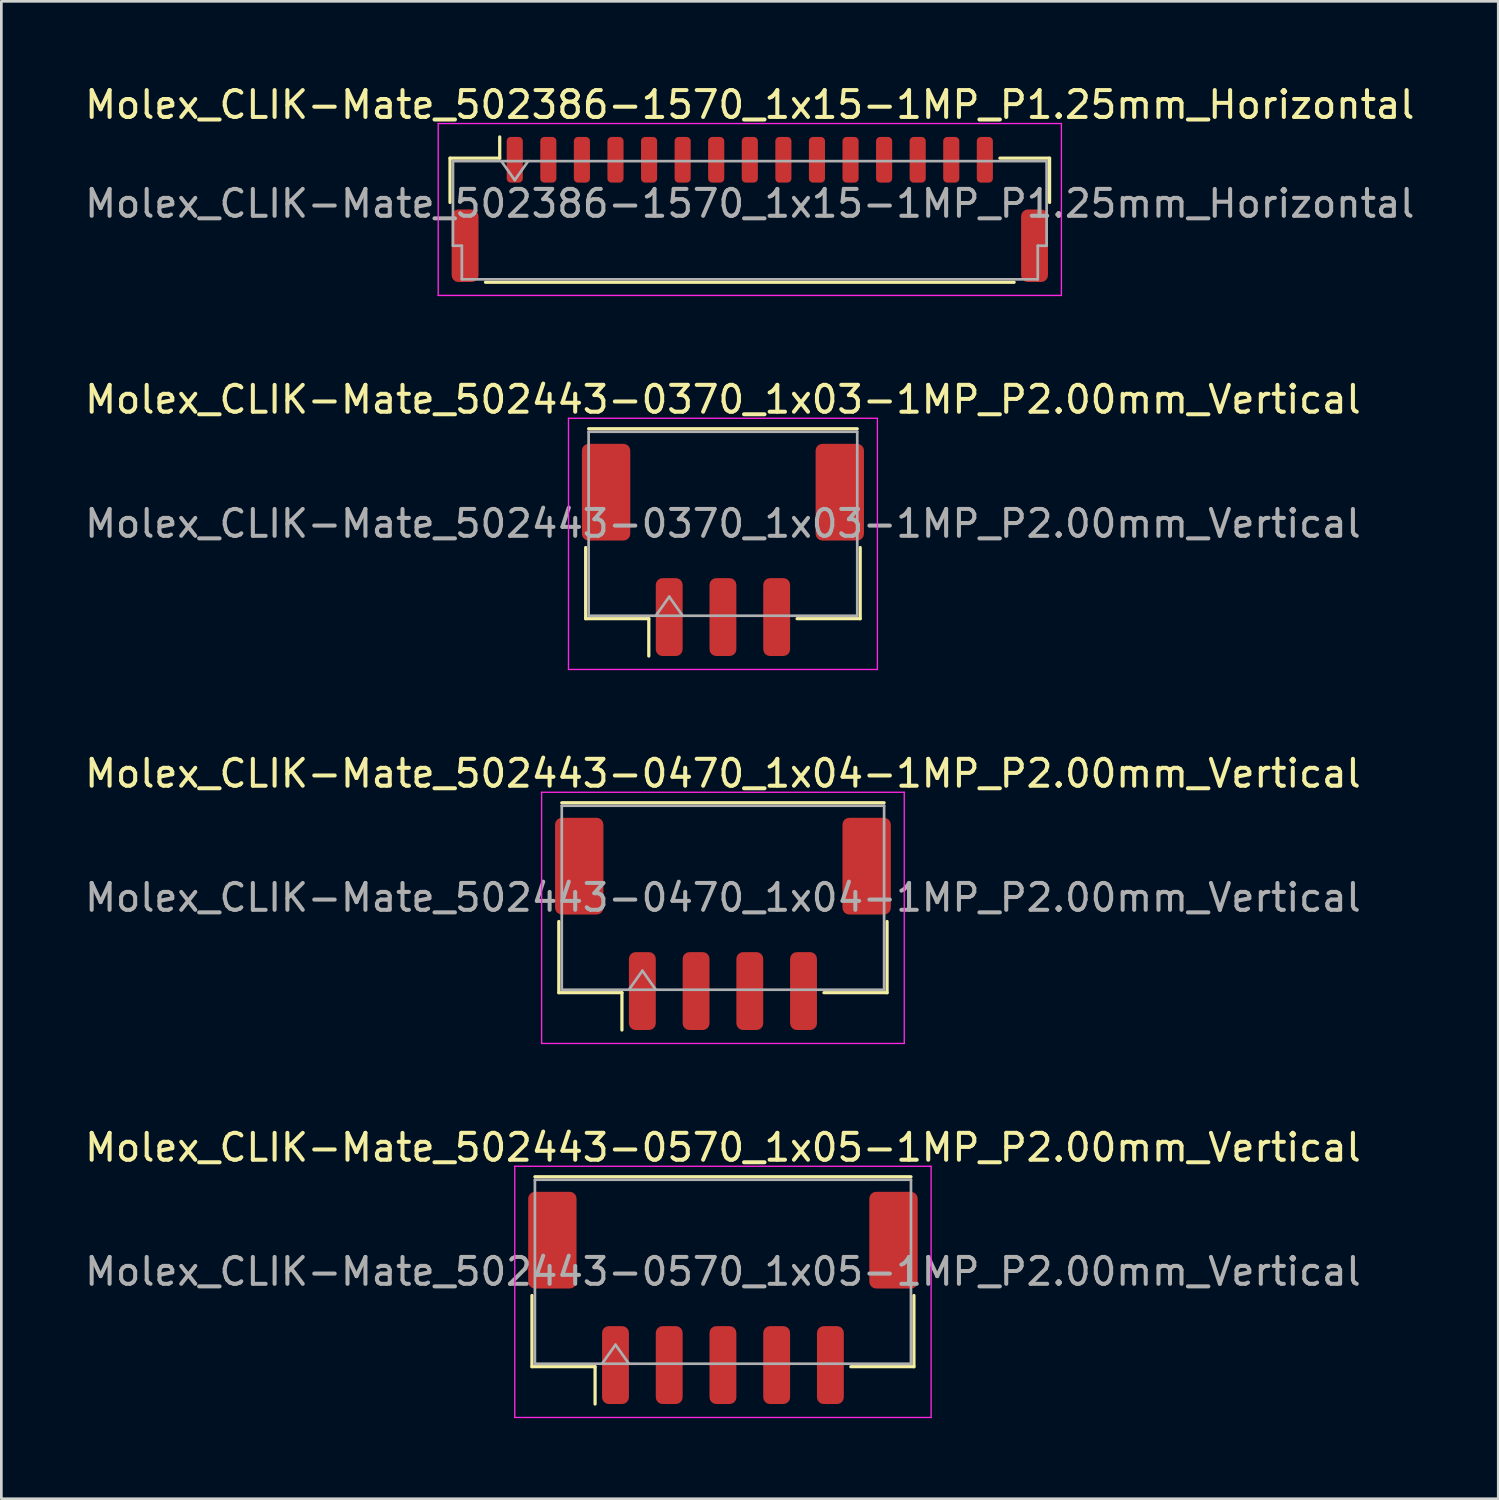
<source format=kicad_pcb>
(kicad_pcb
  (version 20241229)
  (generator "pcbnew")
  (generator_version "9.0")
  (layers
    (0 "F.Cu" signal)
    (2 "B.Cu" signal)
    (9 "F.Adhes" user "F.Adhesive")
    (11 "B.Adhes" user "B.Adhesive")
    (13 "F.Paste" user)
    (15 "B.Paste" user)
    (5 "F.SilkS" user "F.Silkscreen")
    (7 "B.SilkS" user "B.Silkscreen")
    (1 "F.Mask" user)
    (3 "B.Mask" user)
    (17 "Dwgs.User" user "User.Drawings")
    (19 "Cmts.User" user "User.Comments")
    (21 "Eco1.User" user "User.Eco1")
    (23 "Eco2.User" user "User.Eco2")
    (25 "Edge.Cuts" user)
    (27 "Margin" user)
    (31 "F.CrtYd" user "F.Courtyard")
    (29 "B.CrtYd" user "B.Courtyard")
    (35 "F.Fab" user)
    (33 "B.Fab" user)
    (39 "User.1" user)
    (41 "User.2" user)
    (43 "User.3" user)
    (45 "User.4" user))
  (footprint "Molex_CLIK-Mate_502386-1570_1x15-1MP_P1.25mm_Horizontal"
    (layer "F.Cu")
    (at 24.863 4.748)
    (property "Reference" "Molex_CLIK-Mate_502386-1570_1x15-1MP_P1.25mm_Horizontal" (at 0 -3.9 0) (layer "F.SilkS") (effects (font (size 1 1) (thickness 0.15))))
    (attr smd)
    (fp_line (start -11.16 -1.91) (end -9.31 -1.91) (stroke (width 0.12) (type solid)) (layer "F.SilkS"))
    (fp_line (start -11.16 -0.26) (end -11.16 -1.91) (stroke (width 0.12) (type solid)) (layer "F.SilkS"))
    (fp_line (start -9.84 2.71) (end 9.84 2.71) (stroke (width 0.12) (type solid)) (layer "F.SilkS"))
    (fp_line (start -9.31 -1.91) (end -9.31 -2.7) (stroke (width 0.12) (type solid)) (layer "F.SilkS"))
    (fp_line (start 11.16 -1.91) (end 9.31 -1.91) (stroke (width 0.12) (type solid)) (layer "F.SilkS"))
    (fp_line (start 11.16 -0.26) (end 11.16 -1.91) (stroke (width 0.12) (type solid)) (layer "F.SilkS"))
    (fp_line (start -11.6 -3.2) (end -11.6 3.2) (stroke (width 0.05) (type solid)) (layer "F.CrtYd"))
    (fp_line (start -11.6 3.2) (end 11.6 3.2) (stroke (width 0.05) (type solid)) (layer "F.CrtYd"))
    (fp_line (start 11.6 -3.2) (end -11.6 -3.2) (stroke (width 0.05) (type solid)) (layer "F.CrtYd"))
    (fp_line (start 11.6 3.2) (end 11.6 -3.2) (stroke (width 0.05) (type solid)) (layer "F.CrtYd"))
    (fp_line (start -11.05 -1.8) (end -11.05 1.35) (stroke (width 0.1) (type solid)) (layer "F.Fab"))
    (fp_line (start -11.05 -1.8) (end 11.05 -1.8) (stroke (width 0.1) (type solid)) (layer "F.Fab"))
    (fp_line (start -11.05 1.35) (end -10.72 1.35) (stroke (width 0.1) (type solid)) (layer "F.Fab"))
    (fp_line (start -10.72 1.35) (end -10.72 2.6) (stroke (width 0.1) (type solid)) (layer "F.Fab"))
    (fp_line (start -10.72 2.6) (end 10.72 2.6) (stroke (width 0.1) (type solid)) (layer "F.Fab"))
    (fp_line (start -9.25 -1.8) (end -8.75 -1.093) (stroke (width 0.1) (type solid)) (layer "F.Fab"))
    (fp_line (start -8.75 -1.093) (end -8.25 -1.8) (stroke (width 0.1) (type solid)) (layer "F.Fab"))
    (fp_line (start 10.72 1.35) (end 11.05 1.35) (stroke (width 0.1) (type solid)) (layer "F.Fab"))
    (fp_line (start 10.72 2.6) (end 10.72 1.35) (stroke (width 0.1) (type solid)) (layer "F.Fab"))
    (fp_line (start 11.05 -1.8) (end 11.05 1.35) (stroke (width 0.1) (type solid)) (layer "F.Fab"))
    (fp_text user "${REFERENCE}" (at 0 -0.22 0) (layer "F.Fab") (effects (font (size 1 1) (thickness 0.15))))
    (pad "1" smd roundrect (at -8.75 -1.85) (size 0.6 1.7) (layers "F.Cu" "F.Mask" "F.Paste") (roundrect_rratio 0.25))
    (pad "2" smd roundrect (at -7.5 -1.85) (size 0.6 1.7) (layers "F.Cu" "F.Mask" "F.Paste") (roundrect_rratio 0.25))
    (pad "3" smd roundrect (at -6.25 -1.85) (size 0.6 1.7) (layers "F.Cu" "F.Mask" "F.Paste") (roundrect_rratio 0.25))
    (pad "4" smd roundrect (at -5 -1.85) (size 0.6 1.7) (layers "F.Cu" "F.Mask" "F.Paste") (roundrect_rratio 0.25))
    (pad "5" smd roundrect (at -3.75 -1.85) (size 0.6 1.7) (layers "F.Cu" "F.Mask" "F.Paste") (roundrect_rratio 0.25))
    (pad "6" smd roundrect (at -2.5 -1.85) (size 0.6 1.7) (layers "F.Cu" "F.Mask" "F.Paste") (roundrect_rratio 0.25))
    (pad "7" smd roundrect (at -1.25 -1.85) (size 0.6 1.7) (layers "F.Cu" "F.Mask" "F.Paste") (roundrect_rratio 0.25))
    (pad "8" smd roundrect (at 0 -1.85) (size 0.6 1.7) (layers "F.Cu" "F.Mask" "F.Paste") (roundrect_rratio 0.25))
    (pad "9" smd roundrect (at 1.25 -1.85) (size 0.6 1.7) (layers "F.Cu" "F.Mask" "F.Paste") (roundrect_rratio 0.25))
    (pad "10" smd roundrect (at 2.5 -1.85) (size 0.6 1.7) (layers "F.Cu" "F.Mask" "F.Paste") (roundrect_rratio 0.25))
    (pad "11" smd roundrect (at 3.75 -1.85) (size 0.6 1.7) (layers "F.Cu" "F.Mask" "F.Paste") (roundrect_rratio 0.25))
    (pad "12" smd roundrect (at 5 -1.85) (size 0.6 1.7) (layers "F.Cu" "F.Mask" "F.Paste") (roundrect_rratio 0.25))
    (pad "13" smd roundrect (at 6.25 -1.85) (size 0.6 1.7) (layers "F.Cu" "F.Mask" "F.Paste") (roundrect_rratio 0.25))
    (pad "14" smd roundrect (at 7.5 -1.85) (size 0.6 1.7) (layers "F.Cu" "F.Mask" "F.Paste") (roundrect_rratio 0.25))
    (pad "15" smd roundrect (at 8.75 -1.85) (size 0.6 1.7) (layers "F.Cu" "F.Mask" "F.Paste") (roundrect_rratio 0.25))
    (pad "MP" smd roundrect (at -10.6 1.35) (size 1 2.7) (layers "F.Cu" "F.Mask" "F.Paste") (roundrect_rratio 0.25))
    (pad "MP" smd roundrect (at 10.6 1.35) (size 1 2.7) (layers "F.Cu" "F.Mask" "F.Paste") (roundrect_rratio 0.25)))
  (footprint "Molex_CLIK-Mate_502443-0470_1x04-1MP_P2.00mm_Vertical"
    (layer "F.Cu")
    (at 23.863 31.345)
    (property "Reference" "Molex_CLIK-Mate_502443-0470_1x04-1MP_P2.00mm_Vertical" (at 0 -5.6 0) (layer "F.SilkS") (effects (font (size 1 1) (thickness 0.15))))
    (attr smd)
    (fp_line (start -6.11 -0.09) (end -6.11 2.56) (stroke (width 0.12) (type solid)) (layer "F.SilkS"))
    (fp_line (start -6.11 2.56) (end -3.76 2.56) (stroke (width 0.12) (type solid)) (layer "F.SilkS"))
    (fp_line (start -6 -4.51) (end 6 -4.51) (stroke (width 0.12) (type solid)) (layer "F.SilkS"))
    (fp_line (start -3.76 2.56) (end -3.76 3.95) (stroke (width 0.12) (type solid)) (layer "F.SilkS"))
    (fp_line (start 6.11 -0.09) (end 6.11 2.56) (stroke (width 0.12) (type solid)) (layer "F.SilkS"))
    (fp_line (start 6.11 2.56) (end 3.76 2.56) (stroke (width 0.12) (type solid)) (layer "F.SilkS"))
    (fp_line (start -6.75 -4.9) (end -6.75 4.45) (stroke (width 0.05) (type solid)) (layer "F.CrtYd"))
    (fp_line (start -6.75 4.45) (end 6.75 4.45) (stroke (width 0.05) (type solid)) (layer "F.CrtYd"))
    (fp_line (start 6.75 -4.9) (end -6.75 -4.9) (stroke (width 0.05) (type solid)) (layer "F.CrtYd"))
    (fp_line (start 6.75 4.45) (end 6.75 -4.9) (stroke (width 0.05) (type solid)) (layer "F.CrtYd"))
    (fp_line (start -6 -4.4) (end 6 -4.4) (stroke (width 0.1) (type solid)) (layer "F.Fab"))
    (fp_line (start -6 2.45) (end -6 -4.4) (stroke (width 0.1) (type solid)) (layer "F.Fab"))
    (fp_line (start -6 2.45) (end 6 2.45) (stroke (width 0.1) (type solid)) (layer "F.Fab"))
    (fp_line (start -3.5 2.45) (end -3 1.743) (stroke (width 0.1) (type solid)) (layer "F.Fab"))
    (fp_line (start -3 1.743) (end -2.5 2.45) (stroke (width 0.1) (type solid)) (layer "F.Fab"))
    (fp_line (start 6 2.45) (end 6 -4.4) (stroke (width 0.1) (type solid)) (layer "F.Fab"))
    (fp_text user "${REFERENCE}" (at 0 -0.98 0) (layer "F.Fab") (effects (font (size 1 1) (thickness 0.15))))
    (pad "1" smd roundrect (at -3 2.5) (size 1 2.9) (layers "F.Cu" "F.Mask" "F.Paste") (roundrect_rratio 0.25))
    (pad "2" smd roundrect (at -1 2.5) (size 1 2.9) (layers "F.Cu" "F.Mask" "F.Paste") (roundrect_rratio 0.25))
    (pad "3" smd roundrect (at 1 2.5) (size 1 2.9) (layers "F.Cu" "F.Mask" "F.Paste") (roundrect_rratio 0.25))
    (pad "4" smd roundrect (at 3 2.5) (size 1 2.9) (layers "F.Cu" "F.Mask" "F.Paste") (roundrect_rratio 0.25))
    (pad "MP" smd roundrect (at -5.35 -2.15) (size 1.8 3.6) (layers "F.Cu" "F.Mask" "F.Paste") (roundrect_rratio 0.139))
    (pad "MP" smd roundrect (at 5.35 -2.15) (size 1.8 3.6) (layers "F.Cu" "F.Mask" "F.Paste") (roundrect_rratio 0.139)))
  (footprint "Molex_CLIK-Mate_502443-0570_1x05-1MP_P2.00mm_Vertical"
    (layer "F.Cu")
    (at 23.863 45.268)
    (property "Reference" "Molex_CLIK-Mate_502443-0570_1x05-1MP_P2.00mm_Vertical" (at 0 -5.6 0) (layer "F.SilkS") (effects (font (size 1 1) (thickness 0.15))))
    (attr smd)
    (fp_line (start -7.11 -0.09) (end -7.11 2.56) (stroke (width 0.12) (type solid)) (layer "F.SilkS"))
    (fp_line (start -7.11 2.56) (end -4.76 2.56) (stroke (width 0.12) (type solid)) (layer "F.SilkS"))
    (fp_line (start -7 -4.51) (end 7 -4.51) (stroke (width 0.12) (type solid)) (layer "F.SilkS"))
    (fp_line (start -4.76 2.56) (end -4.76 3.95) (stroke (width 0.12) (type solid)) (layer "F.SilkS"))
    (fp_line (start 7.11 -0.09) (end 7.11 2.56) (stroke (width 0.12) (type solid)) (layer "F.SilkS"))
    (fp_line (start 7.11 2.56) (end 4.76 2.56) (stroke (width 0.12) (type solid)) (layer "F.SilkS"))
    (fp_line (start -7.75 -4.9) (end -7.75 4.45) (stroke (width 0.05) (type solid)) (layer "F.CrtYd"))
    (fp_line (start -7.75 4.45) (end 7.75 4.45) (stroke (width 0.05) (type solid)) (layer "F.CrtYd"))
    (fp_line (start 7.75 -4.9) (end -7.75 -4.9) (stroke (width 0.05) (type solid)) (layer "F.CrtYd"))
    (fp_line (start 7.75 4.45) (end 7.75 -4.9) (stroke (width 0.05) (type solid)) (layer "F.CrtYd"))
    (fp_line (start -7 -4.4) (end 7 -4.4) (stroke (width 0.1) (type solid)) (layer "F.Fab"))
    (fp_line (start -7 2.45) (end -7 -4.4) (stroke (width 0.1) (type solid)) (layer "F.Fab"))
    (fp_line (start -7 2.45) (end 7 2.45) (stroke (width 0.1) (type solid)) (layer "F.Fab"))
    (fp_line (start -4.5 2.45) (end -4 1.743) (stroke (width 0.1) (type solid)) (layer "F.Fab"))
    (fp_line (start -4 1.743) (end -3.5 2.45) (stroke (width 0.1) (type solid)) (layer "F.Fab"))
    (fp_line (start 7 2.45) (end 7 -4.4) (stroke (width 0.1) (type solid)) (layer "F.Fab"))
    (fp_text user "${REFERENCE}" (at 0 -0.98 0) (layer "F.Fab") (effects (font (size 1 1) (thickness 0.15))))
    (pad "1" smd roundrect (at -4 2.5) (size 1 2.9) (layers "F.Cu" "F.Mask" "F.Paste") (roundrect_rratio 0.25))
    (pad "2" smd roundrect (at -2 2.5) (size 1 2.9) (layers "F.Cu" "F.Mask" "F.Paste") (roundrect_rratio 0.25))
    (pad "3" smd roundrect (at 0 2.5) (size 1 2.9) (layers "F.Cu" "F.Mask" "F.Paste") (roundrect_rratio 0.25))
    (pad "4" smd roundrect (at 2 2.5) (size 1 2.9) (layers "F.Cu" "F.Mask" "F.Paste") (roundrect_rratio 0.25))
    (pad "5" smd roundrect (at 4 2.5) (size 1 2.9) (layers "F.Cu" "F.Mask" "F.Paste") (roundrect_rratio 0.25))
    (pad "MP" smd roundrect (at -6.35 -2.15) (size 1.8 3.6) (layers "F.Cu" "F.Mask" "F.Paste") (roundrect_rratio 0.139))
    (pad "MP" smd roundrect (at 6.35 -2.15) (size 1.8 3.6) (layers "F.Cu" "F.Mask" "F.Paste") (roundrect_rratio 0.139)))
  (footprint "Molex_CLIK-Mate_502443-0370_1x03-1MP_P2.00mm_Vertical"
    (layer "F.Cu")
    (at 23.863 17.422)
    (property "Reference" "Molex_CLIK-Mate_502443-0370_1x03-1MP_P2.00mm_Vertical" (at 0 -5.6 0) (layer "F.SilkS") (effects (font (size 1 1) (thickness 0.15))))
    (attr smd)
    (fp_line (start -5.11 -0.09) (end -5.11 2.56) (stroke (width 0.12) (type solid)) (layer "F.SilkS"))
    (fp_line (start -5.11 2.56) (end -2.76 2.56) (stroke (width 0.12) (type solid)) (layer "F.SilkS"))
    (fp_line (start -5 -4.51) (end 5 -4.51) (stroke (width 0.12) (type solid)) (layer "F.SilkS"))
    (fp_line (start -2.76 2.56) (end -2.76 3.95) (stroke (width 0.12) (type solid)) (layer "F.SilkS"))
    (fp_line (start 5.11 -0.09) (end 5.11 2.56) (stroke (width 0.12) (type solid)) (layer "F.SilkS"))
    (fp_line (start 5.11 2.56) (end 2.76 2.56) (stroke (width 0.12) (type solid)) (layer "F.SilkS"))
    (fp_line (start -5.75 -4.9) (end -5.75 4.45) (stroke (width 0.05) (type solid)) (layer "F.CrtYd"))
    (fp_line (start -5.75 4.45) (end 5.75 4.45) (stroke (width 0.05) (type solid)) (layer "F.CrtYd"))
    (fp_line (start 5.75 -4.9) (end -5.75 -4.9) (stroke (width 0.05) (type solid)) (layer "F.CrtYd"))
    (fp_line (start 5.75 4.45) (end 5.75 -4.9) (stroke (width 0.05) (type solid)) (layer "F.CrtYd"))
    (fp_line (start -5 -4.4) (end 5 -4.4) (stroke (width 0.1) (type solid)) (layer "F.Fab"))
    (fp_line (start -5 2.45) (end -5 -4.4) (stroke (width 0.1) (type solid)) (layer "F.Fab"))
    (fp_line (start -5 2.45) (end 5 2.45) (stroke (width 0.1) (type solid)) (layer "F.Fab"))
    (fp_line (start -2.5 2.45) (end -2 1.743) (stroke (width 0.1) (type solid)) (layer "F.Fab"))
    (fp_line (start -2 1.743) (end -1.5 2.45) (stroke (width 0.1) (type solid)) (layer "F.Fab"))
    (fp_line (start 5 2.45) (end 5 -4.4) (stroke (width 0.1) (type solid)) (layer "F.Fab"))
    (fp_text user "${REFERENCE}" (at 0 -0.98 0) (layer "F.Fab") (effects (font (size 1 1) (thickness 0.15))))
    (pad "1" smd roundrect (at -2 2.5) (size 1 2.9) (layers "F.Cu" "F.Mask" "F.Paste") (roundrect_rratio 0.25))
    (pad "2" smd roundrect (at 0 2.5) (size 1 2.9) (layers "F.Cu" "F.Mask" "F.Paste") (roundrect_rratio 0.25))
    (pad "3" smd roundrect (at 2 2.5) (size 1 2.9) (layers "F.Cu" "F.Mask" "F.Paste") (roundrect_rratio 0.25))
    (pad "MP" smd roundrect (at -4.35 -2.15) (size 1.8 3.6) (layers "F.Cu" "F.Mask" "F.Paste") (roundrect_rratio 0.139))
    (pad "MP" smd roundrect (at 4.35 -2.15) (size 1.8 3.6) (layers "F.Cu" "F.Mask" "F.Paste") (roundrect_rratio 0.139)))
  (gr_rect
    (start -3 -3)
    (end 52.726 52.743)
    (stroke (width 0.1) (type default))
    (fill no)
    (layer "Edge.Cuts")))
</source>
